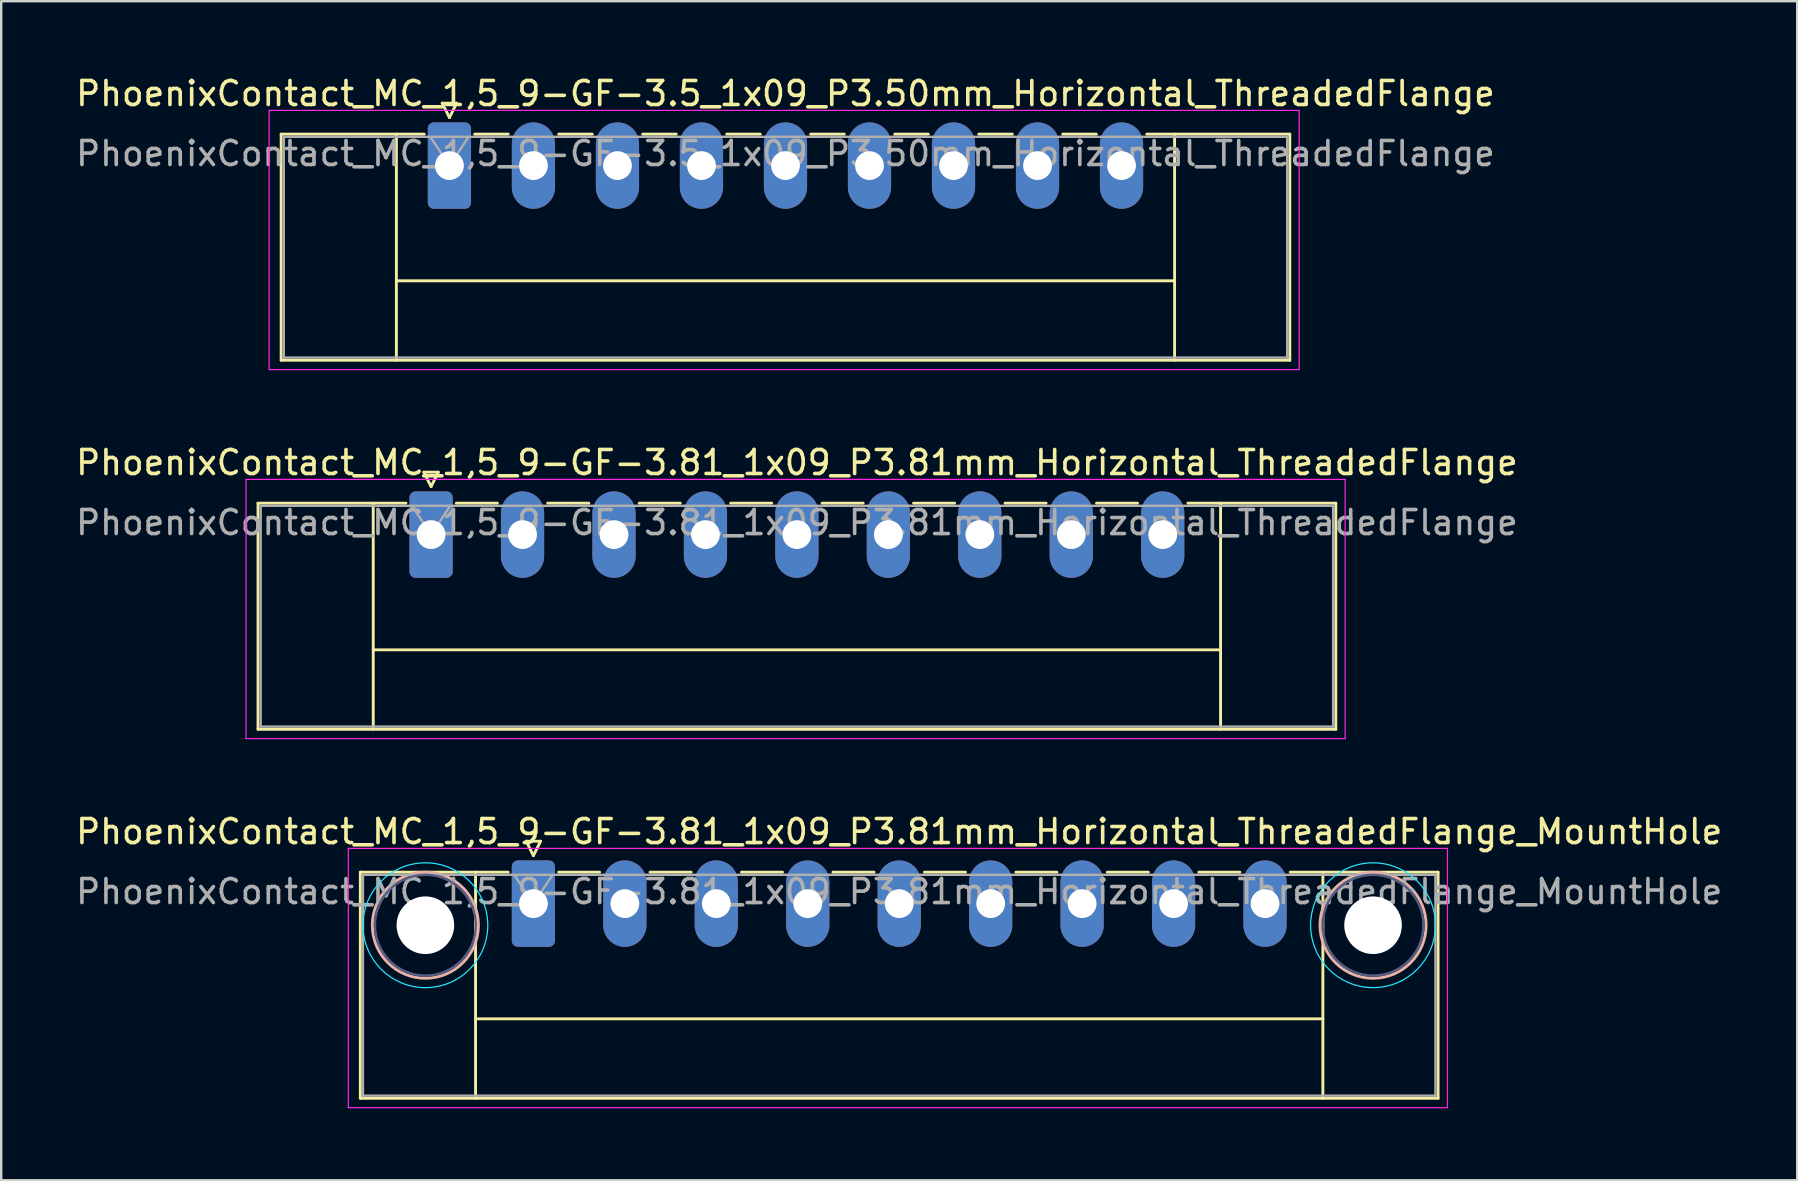
<source format=kicad_pcb>
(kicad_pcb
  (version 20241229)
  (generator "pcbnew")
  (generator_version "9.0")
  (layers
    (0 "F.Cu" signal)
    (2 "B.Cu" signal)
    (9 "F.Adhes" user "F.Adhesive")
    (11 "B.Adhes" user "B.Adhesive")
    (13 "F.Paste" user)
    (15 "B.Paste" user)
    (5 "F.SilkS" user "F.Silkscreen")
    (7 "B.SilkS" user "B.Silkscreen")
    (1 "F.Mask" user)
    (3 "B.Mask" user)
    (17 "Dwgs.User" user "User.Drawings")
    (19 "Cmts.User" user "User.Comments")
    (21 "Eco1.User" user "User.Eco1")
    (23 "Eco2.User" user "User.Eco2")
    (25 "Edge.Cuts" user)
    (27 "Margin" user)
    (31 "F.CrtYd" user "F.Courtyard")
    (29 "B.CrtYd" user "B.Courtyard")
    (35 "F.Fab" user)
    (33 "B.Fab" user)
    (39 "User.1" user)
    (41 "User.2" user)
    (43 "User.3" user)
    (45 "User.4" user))
  (footprint "PhoenixContact_MC_1,5_9-GF-3.81_1x09_P3.81mm_Horizontal_ThreadedFlange_MountHole"
    (layer "F.Cu")
    (at 19.171 34.595)
    (property "Reference" "PhoenixContact_MC_1,5_9-GF-3.81_1x09_P3.81mm_Horizontal_ThreadedFlange_MountHole" (at 15.24 -3 0) (layer "F.SilkS") (effects (font (size 1 1) (thickness 0.15))))
    (attr through_hole)
    (fp_line (start -7.21 -1.31) (end -7.21 8.11) (stroke (width 0.12) (type solid)) (layer "F.SilkS"))
    (fp_line (start -7.21 -1.31) (end -1.05 -1.31) (stroke (width 0.12) (type solid)) (layer "F.SilkS"))
    (fp_line (start -7.21 8.11) (end 37.69 8.11) (stroke (width 0.12) (type solid)) (layer "F.SilkS"))
    (fp_line (start -2.41 -1.31) (end -2.41 8.11) (stroke (width 0.12) (type solid)) (layer "F.SilkS"))
    (fp_line (start -2.41 4.8) (end 32.89 4.8) (stroke (width 0.12) (type solid)) (layer "F.SilkS"))
    (fp_line (start -0.3 -2.6) (end 0.3 -2.6) (stroke (width 0.12) (type solid)) (layer "F.SilkS"))
    (fp_line (start 0 -2) (end -0.3 -2.6) (stroke (width 0.12) (type solid)) (layer "F.SilkS"))
    (fp_line (start 0.3 -2.6) (end 0 -2) (stroke (width 0.12) (type solid)) (layer "F.SilkS"))
    (fp_line (start 1.05 -1.31) (end 2.76 -1.31) (stroke (width 0.12) (type solid)) (layer "F.SilkS"))
    (fp_line (start 4.86 -1.31) (end 6.57 -1.31) (stroke (width 0.12) (type solid)) (layer "F.SilkS"))
    (fp_line (start 8.67 -1.31) (end 10.38 -1.31) (stroke (width 0.12) (type solid)) (layer "F.SilkS"))
    (fp_line (start 12.48 -1.31) (end 14.19 -1.31) (stroke (width 0.12) (type solid)) (layer "F.SilkS"))
    (fp_line (start 16.29 -1.31) (end 18 -1.31) (stroke (width 0.12) (type solid)) (layer "F.SilkS"))
    (fp_line (start 20.1 -1.31) (end 21.81 -1.31) (stroke (width 0.12) (type solid)) (layer "F.SilkS"))
    (fp_line (start 23.91 -1.31) (end 25.62 -1.31) (stroke (width 0.12) (type solid)) (layer "F.SilkS"))
    (fp_line (start 27.72 -1.31) (end 29.43 -1.31) (stroke (width 0.12) (type solid)) (layer "F.SilkS"))
    (fp_line (start 32.89 -1.31) (end 32.89 8.11) (stroke (width 0.12) (type solid)) (layer "F.SilkS"))
    (fp_line (start 37.69 -1.31) (end 31.53 -1.31) (stroke (width 0.12) (type solid)) (layer "F.SilkS"))
    (fp_line (start 37.69 8.11) (end 37.69 -1.31) (stroke (width 0.12) (type solid)) (layer "F.SilkS"))
    (fp_circle (center -4.5 0.9) (end -2.29 0.9) (stroke (width 0.12) (type solid)) (fill no) (layer "B.SilkS"))
    (fp_circle (center 34.98 0.9) (end 37.19 0.9) (stroke (width 0.12) (type solid)) (fill no) (layer "B.SilkS"))
    (fp_circle (center -4.5 0.9) (end -1.9 0.9) (stroke (width 0.05) (type solid)) (fill no) (layer "B.CrtYd"))
    (fp_circle (center 34.98 0.9) (end 37.58 0.9) (stroke (width 0.05) (type solid)) (fill no) (layer "B.CrtYd"))
    (fp_line (start -7.71 -2.3) (end -7.71 8.5) (stroke (width 0.05) (type solid)) (layer "F.CrtYd"))
    (fp_line (start -7.71 8.5) (end 38.08 8.5) (stroke (width 0.05) (type solid)) (layer "F.CrtYd"))
    (fp_line (start 38.08 -2.3) (end -7.71 -2.3) (stroke (width 0.05) (type solid)) (layer "F.CrtYd"))
    (fp_line (start 38.08 8.5) (end 38.08 -2.3) (stroke (width 0.05) (type solid)) (layer "F.CrtYd"))
    (fp_circle (center -4.5 0.9) (end -2.4 0.9) (stroke (width 0.1) (type solid)) (fill no) (layer "B.Fab"))
    (fp_circle (center 34.98 0.9) (end 37.08 0.9) (stroke (width 0.1) (type solid)) (fill no) (layer "B.Fab"))
    (fp_line (start -7.1 -1.2) (end -7.1 8) (stroke (width 0.1) (type solid)) (layer "F.Fab"))
    (fp_line (start -7.1 8) (end 37.58 8) (stroke (width 0.1) (type solid)) (layer "F.Fab"))
    (fp_line (start 0 0) (end -0.8 -1.2) (stroke (width 0.1) (type solid)) (layer "F.Fab"))
    (fp_line (start 0.8 -1.2) (end 0 0) (stroke (width 0.1) (type solid)) (layer "F.Fab"))
    (fp_line (start 37.58 -1.2) (end -7.1 -1.2) (stroke (width 0.1) (type solid)) (layer "F.Fab"))
    (fp_line (start 37.58 8) (end 37.58 -1.2) (stroke (width 0.1) (type solid)) (layer "F.Fab"))
    (fp_text user "${REFERENCE}" (at 15.24 -0.5 0) (layer "F.Fab") (effects (font (size 1 1) (thickness 0.15))))
    (pad "" np_thru_hole circle (at -4.5 0.9) (size 2.4 2.4) (drill 2.4) (layers "*.Cu" "*.Mask"))
    (pad "" np_thru_hole circle (at 34.98 0.9) (size 2.4 2.4) (drill 2.4) (layers "*.Cu" "*.Mask"))
    (pad "1" thru_hole roundrect (at 0 0) (size 1.8 3.6) (drill 1.2) (layers "*.Cu" "*.Mask") (roundrect_rratio 0.139))
    (pad "2" thru_hole oval (at 3.81 0) (size 1.8 3.6) (drill 1.2) (layers "*.Cu" "*.Mask"))
    (pad "3" thru_hole oval (at 7.62 0) (size 1.8 3.6) (drill 1.2) (layers "*.Cu" "*.Mask"))
    (pad "4" thru_hole oval (at 11.43 0) (size 1.8 3.6) (drill 1.2) (layers "*.Cu" "*.Mask"))
    (pad "5" thru_hole oval (at 15.24 0) (size 1.8 3.6) (drill 1.2) (layers "*.Cu" "*.Mask"))
    (pad "6" thru_hole oval (at 19.05 0) (size 1.8 3.6) (drill 1.2) (layers "*.Cu" "*.Mask"))
    (pad "7" thru_hole oval (at 22.86 0) (size 1.8 3.6) (drill 1.2) (layers "*.Cu" "*.Mask"))
    (pad "8" thru_hole oval (at 26.67 0) (size 1.8 3.6) (drill 1.2) (layers "*.Cu" "*.Mask"))
    (pad "9" thru_hole oval (at 30.48 0) (size 1.8 3.6) (drill 1.2) (layers "*.Cu" "*.Mask")))
  (footprint "PhoenixContact_MC_1,5_9-GF-3.81_1x09_P3.81mm_Horizontal_ThreadedFlange"
    (layer "F.Cu")
    (at 14.909 19.221)
    (property "Reference" "PhoenixContact_MC_1,5_9-GF-3.81_1x09_P3.81mm_Horizontal_ThreadedFlange" (at 15.24 -3 0) (layer "F.SilkS") (effects (font (size 1 1) (thickness 0.15))))
    (attr through_hole)
    (fp_line (start -7.21 -1.31) (end -7.21 8.11) (stroke (width 0.12) (type solid)) (layer "F.SilkS"))
    (fp_line (start -7.21 -1.31) (end -1.05 -1.31) (stroke (width 0.12) (type solid)) (layer "F.SilkS"))
    (fp_line (start -7.21 8.11) (end 37.69 8.11) (stroke (width 0.12) (type solid)) (layer "F.SilkS"))
    (fp_line (start -2.41 -1.31) (end -2.41 8.11) (stroke (width 0.12) (type solid)) (layer "F.SilkS"))
    (fp_line (start -2.41 4.8) (end 32.89 4.8) (stroke (width 0.12) (type solid)) (layer "F.SilkS"))
    (fp_line (start -0.3 -2.6) (end 0.3 -2.6) (stroke (width 0.12) (type solid)) (layer "F.SilkS"))
    (fp_line (start 0 -2) (end -0.3 -2.6) (stroke (width 0.12) (type solid)) (layer "F.SilkS"))
    (fp_line (start 0.3 -2.6) (end 0 -2) (stroke (width 0.12) (type solid)) (layer "F.SilkS"))
    (fp_line (start 1.05 -1.31) (end 2.76 -1.31) (stroke (width 0.12) (type solid)) (layer "F.SilkS"))
    (fp_line (start 4.86 -1.31) (end 6.57 -1.31) (stroke (width 0.12) (type solid)) (layer "F.SilkS"))
    (fp_line (start 8.67 -1.31) (end 10.38 -1.31) (stroke (width 0.12) (type solid)) (layer "F.SilkS"))
    (fp_line (start 12.48 -1.31) (end 14.19 -1.31) (stroke (width 0.12) (type solid)) (layer "F.SilkS"))
    (fp_line (start 16.29 -1.31) (end 18 -1.31) (stroke (width 0.12) (type solid)) (layer "F.SilkS"))
    (fp_line (start 20.1 -1.31) (end 21.81 -1.31) (stroke (width 0.12) (type solid)) (layer "F.SilkS"))
    (fp_line (start 23.91 -1.31) (end 25.62 -1.31) (stroke (width 0.12) (type solid)) (layer "F.SilkS"))
    (fp_line (start 27.72 -1.31) (end 29.43 -1.31) (stroke (width 0.12) (type solid)) (layer "F.SilkS"))
    (fp_line (start 32.89 -1.31) (end 32.89 8.11) (stroke (width 0.12) (type solid)) (layer "F.SilkS"))
    (fp_line (start 37.69 -1.31) (end 31.53 -1.31) (stroke (width 0.12) (type solid)) (layer "F.SilkS"))
    (fp_line (start 37.69 8.11) (end 37.69 -1.31) (stroke (width 0.12) (type solid)) (layer "F.SilkS"))
    (fp_line (start -7.71 -2.3) (end -7.71 8.5) (stroke (width 0.05) (type solid)) (layer "F.CrtYd"))
    (fp_line (start -7.71 8.5) (end 38.08 8.5) (stroke (width 0.05) (type solid)) (layer "F.CrtYd"))
    (fp_line (start 38.08 -2.3) (end -7.71 -2.3) (stroke (width 0.05) (type solid)) (layer "F.CrtYd"))
    (fp_line (start 38.08 8.5) (end 38.08 -2.3) (stroke (width 0.05) (type solid)) (layer "F.CrtYd"))
    (fp_line (start -7.1 -1.2) (end -7.1 8) (stroke (width 0.1) (type solid)) (layer "F.Fab"))
    (fp_line (start -7.1 8) (end 37.58 8) (stroke (width 0.1) (type solid)) (layer "F.Fab"))
    (fp_line (start 0 0) (end -0.8 -1.2) (stroke (width 0.1) (type solid)) (layer "F.Fab"))
    (fp_line (start 0.8 -1.2) (end 0 0) (stroke (width 0.1) (type solid)) (layer "F.Fab"))
    (fp_line (start 37.58 -1.2) (end -7.1 -1.2) (stroke (width 0.1) (type solid)) (layer "F.Fab"))
    (fp_line (start 37.58 8) (end 37.58 -1.2) (stroke (width 0.1) (type solid)) (layer "F.Fab"))
    (fp_text user "${REFERENCE}" (at 15.24 -0.5 0) (layer "F.Fab") (effects (font (size 1 1) (thickness 0.15))))
    (pad "1" thru_hole roundrect (at 0 0) (size 1.8 3.6) (drill 1.2) (layers "*.Cu" "*.Mask") (roundrect_rratio 0.139))
    (pad "2" thru_hole oval (at 3.81 0) (size 1.8 3.6) (drill 1.2) (layers "*.Cu" "*.Mask"))
    (pad "3" thru_hole oval (at 7.62 0) (size 1.8 3.6) (drill 1.2) (layers "*.Cu" "*.Mask"))
    (pad "4" thru_hole oval (at 11.43 0) (size 1.8 3.6) (drill 1.2) (layers "*.Cu" "*.Mask"))
    (pad "5" thru_hole oval (at 15.24 0) (size 1.8 3.6) (drill 1.2) (layers "*.Cu" "*.Mask"))
    (pad "6" thru_hole oval (at 19.05 0) (size 1.8 3.6) (drill 1.2) (layers "*.Cu" "*.Mask"))
    (pad "7" thru_hole oval (at 22.86 0) (size 1.8 3.6) (drill 1.2) (layers "*.Cu" "*.Mask"))
    (pad "8" thru_hole oval (at 26.67 0) (size 1.8 3.6) (drill 1.2) (layers "*.Cu" "*.Mask"))
    (pad "9" thru_hole oval (at 30.48 0) (size 1.8 3.6) (drill 1.2) (layers "*.Cu" "*.Mask")))
  (footprint "PhoenixContact_MC_1,5_9-GF-3.5_1x09_P3.50mm_Horizontal_ThreadedFlange"
    (layer "F.Cu")
    (at 15.673 3.848)
    (property "Reference" "PhoenixContact_MC_1,5_9-GF-3.5_1x09_P3.50mm_Horizontal_ThreadedFlange" (at 14 -3 0) (layer "F.SilkS") (effects (font (size 1 1) (thickness 0.15))))
    (attr through_hole)
    (fp_line (start -7.01 -1.31) (end -7.01 8.11) (stroke (width 0.12) (type solid)) (layer "F.SilkS"))
    (fp_line (start -7.01 -1.31) (end -1.05 -1.31) (stroke (width 0.12) (type solid)) (layer "F.SilkS"))
    (fp_line (start -7.01 8.11) (end 35.01 8.11) (stroke (width 0.12) (type solid)) (layer "F.SilkS"))
    (fp_line (start -2.21 -1.31) (end -2.21 8.11) (stroke (width 0.12) (type solid)) (layer "F.SilkS"))
    (fp_line (start -2.21 4.8) (end 30.21 4.8) (stroke (width 0.12) (type solid)) (layer "F.SilkS"))
    (fp_line (start -0.3 -2.6) (end 0.3 -2.6) (stroke (width 0.12) (type solid)) (layer "F.SilkS"))
    (fp_line (start 0 -2) (end -0.3 -2.6) (stroke (width 0.12) (type solid)) (layer "F.SilkS"))
    (fp_line (start 0.3 -2.6) (end 0 -2) (stroke (width 0.12) (type solid)) (layer "F.SilkS"))
    (fp_line (start 1.05 -1.31) (end 2.45 -1.31) (stroke (width 0.12) (type solid)) (layer "F.SilkS"))
    (fp_line (start 4.55 -1.31) (end 5.95 -1.31) (stroke (width 0.12) (type solid)) (layer "F.SilkS"))
    (fp_line (start 8.05 -1.31) (end 9.45 -1.31) (stroke (width 0.12) (type solid)) (layer "F.SilkS"))
    (fp_line (start 11.55 -1.31) (end 12.95 -1.31) (stroke (width 0.12) (type solid)) (layer "F.SilkS"))
    (fp_line (start 15.05 -1.31) (end 16.45 -1.31) (stroke (width 0.12) (type solid)) (layer "F.SilkS"))
    (fp_line (start 18.55 -1.31) (end 19.95 -1.31) (stroke (width 0.12) (type solid)) (layer "F.SilkS"))
    (fp_line (start 22.05 -1.31) (end 23.45 -1.31) (stroke (width 0.12) (type solid)) (layer "F.SilkS"))
    (fp_line (start 25.55 -1.31) (end 26.95 -1.31) (stroke (width 0.12) (type solid)) (layer "F.SilkS"))
    (fp_line (start 30.21 -1.31) (end 30.21 8.11) (stroke (width 0.12) (type solid)) (layer "F.SilkS"))
    (fp_line (start 35.01 -1.31) (end 29.05 -1.31) (stroke (width 0.12) (type solid)) (layer "F.SilkS"))
    (fp_line (start 35.01 8.11) (end 35.01 -1.31) (stroke (width 0.12) (type solid)) (layer "F.SilkS"))
    (fp_line (start -7.51 -2.3) (end -7.51 8.5) (stroke (width 0.05) (type solid)) (layer "F.CrtYd"))
    (fp_line (start -7.51 8.5) (end 35.4 8.5) (stroke (width 0.05) (type solid)) (layer "F.CrtYd"))
    (fp_line (start 35.4 -2.3) (end -7.51 -2.3) (stroke (width 0.05) (type solid)) (layer "F.CrtYd"))
    (fp_line (start 35.4 8.5) (end 35.4 -2.3) (stroke (width 0.05) (type solid)) (layer "F.CrtYd"))
    (fp_line (start -6.9 -1.2) (end -6.9 8) (stroke (width 0.1) (type solid)) (layer "F.Fab"))
    (fp_line (start -6.9 8) (end 34.9 8) (stroke (width 0.1) (type solid)) (layer "F.Fab"))
    (fp_line (start 0 0) (end -0.8 -1.2) (stroke (width 0.1) (type solid)) (layer "F.Fab"))
    (fp_line (start 0.8 -1.2) (end 0 0) (stroke (width 0.1) (type solid)) (layer "F.Fab"))
    (fp_line (start 34.9 -1.2) (end -6.9 -1.2) (stroke (width 0.1) (type solid)) (layer "F.Fab"))
    (fp_line (start 34.9 8) (end 34.9 -1.2) (stroke (width 0.1) (type solid)) (layer "F.Fab"))
    (fp_text user "${REFERENCE}" (at 14 -0.5 0) (layer "F.Fab") (effects (font (size 1 1) (thickness 0.15))))
    (pad "1" thru_hole roundrect (at 0 0) (size 1.8 3.6) (drill 1.2) (layers "*.Cu" "*.Mask") (roundrect_rratio 0.139))
    (pad "2" thru_hole oval (at 3.5 0) (size 1.8 3.6) (drill 1.2) (layers "*.Cu" "*.Mask"))
    (pad "3" thru_hole oval (at 7 0) (size 1.8 3.6) (drill 1.2) (layers "*.Cu" "*.Mask"))
    (pad "4" thru_hole oval (at 10.5 0) (size 1.8 3.6) (drill 1.2) (layers "*.Cu" "*.Mask"))
    (pad "5" thru_hole oval (at 14 0) (size 1.8 3.6) (drill 1.2) (layers "*.Cu" "*.Mask"))
    (pad "6" thru_hole oval (at 17.5 0) (size 1.8 3.6) (drill 1.2) (layers "*.Cu" "*.Mask"))
    (pad "7" thru_hole oval (at 21 0) (size 1.8 3.6) (drill 1.2) (layers "*.Cu" "*.Mask"))
    (pad "8" thru_hole oval (at 24.5 0) (size 1.8 3.6) (drill 1.2) (layers "*.Cu" "*.Mask"))
    (pad "9" thru_hole oval (at 28 0) (size 1.8 3.6) (drill 1.2) (layers "*.Cu" "*.Mask")))
  (gr_rect
    (start -3 -3)
    (end 71.821 46.12)
    (stroke (width 0.1) (type default))
    (fill no)
    (layer "Edge.Cuts")))
</source>
